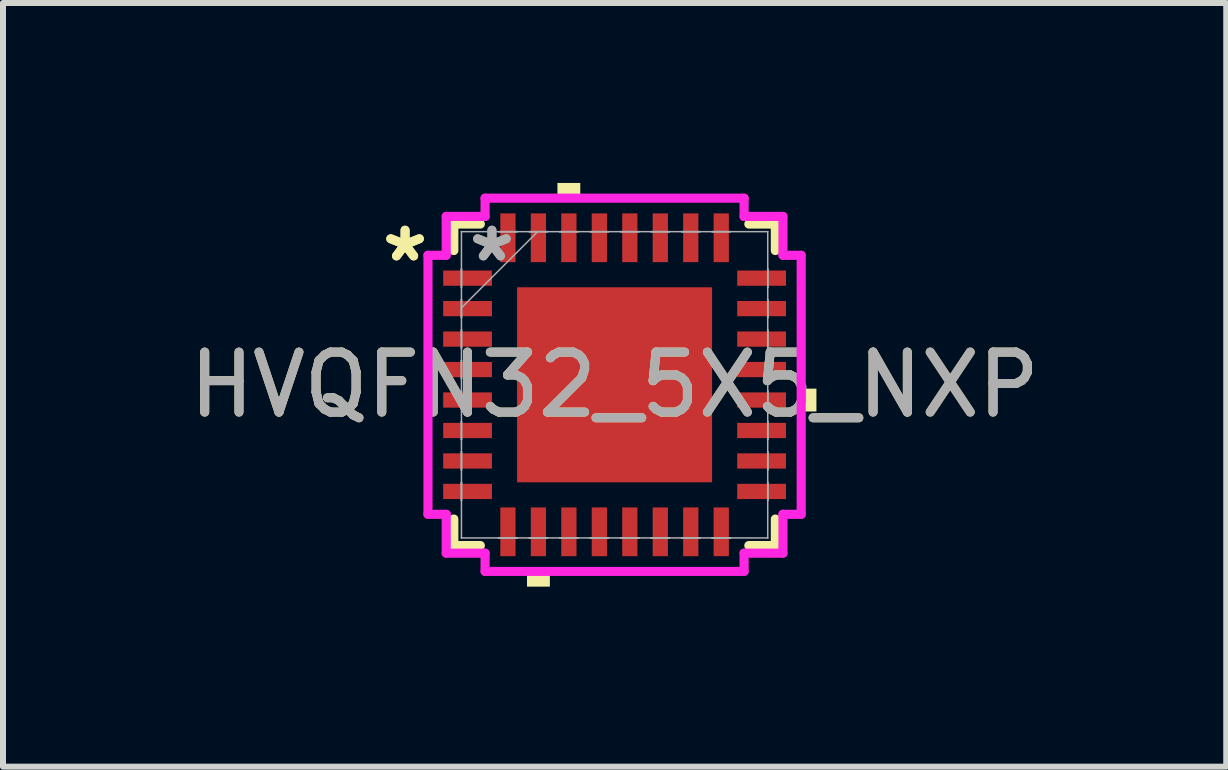
<source format=kicad_pcb>
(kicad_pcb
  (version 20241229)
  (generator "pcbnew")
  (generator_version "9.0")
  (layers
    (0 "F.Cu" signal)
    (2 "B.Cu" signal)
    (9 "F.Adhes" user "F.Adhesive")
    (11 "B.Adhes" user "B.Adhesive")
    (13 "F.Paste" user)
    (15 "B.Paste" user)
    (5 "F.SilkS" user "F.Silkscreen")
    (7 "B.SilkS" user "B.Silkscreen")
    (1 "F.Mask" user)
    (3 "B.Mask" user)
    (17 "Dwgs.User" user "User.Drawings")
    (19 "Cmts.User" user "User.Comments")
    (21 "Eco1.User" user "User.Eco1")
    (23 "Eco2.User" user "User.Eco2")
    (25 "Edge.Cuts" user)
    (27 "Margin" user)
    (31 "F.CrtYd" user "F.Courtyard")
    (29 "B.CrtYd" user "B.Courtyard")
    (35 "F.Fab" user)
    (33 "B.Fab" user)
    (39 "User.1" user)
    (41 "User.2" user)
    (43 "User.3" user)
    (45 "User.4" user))
  (footprint "HVQFN32_5X5_NXP"
    (layer "F.Cu")
    (at 7.196 3.365)
    (property "Reference" "HVQFN32_5X5_NXP" (at 0 0 0) (unlocked yes) (layer "F.SilkS") (effects (font (size 1 1) (thickness 0.15))))
    (attr smd)
    (fp_line (start -2.68 -2.68) (end -2.68 -2.238) (stroke (width 0.152) (type solid)) (layer "F.SilkS"))
    (fp_line (start -2.68 2.238) (end -2.68 2.68) (stroke (width 0.152) (type solid)) (layer "F.SilkS"))
    (fp_line (start -2.68 2.68) (end -2.238 2.68) (stroke (width 0.152) (type solid)) (layer "F.SilkS"))
    (fp_line (start -2.238 -2.68) (end -2.68 -2.68) (stroke (width 0.152) (type solid)) (layer "F.SilkS"))
    (fp_line (start 2.238 2.68) (end 2.68 2.68) (stroke (width 0.152) (type solid)) (layer "F.SilkS"))
    (fp_line (start 2.68 -2.68) (end 2.238 -2.68) (stroke (width 0.152) (type solid)) (layer "F.SilkS"))
    (fp_line (start 2.68 -2.238) (end 2.68 -2.68) (stroke (width 0.152) (type solid)) (layer "F.SilkS"))
    (fp_line (start 2.68 2.68) (end 2.68 2.238) (stroke (width 0.152) (type solid)) (layer "F.SilkS"))
    (fp_poly (pts (xy -1.46 3.111) (xy -1.46 3.365) (xy -1.079 3.365) (xy -1.079 3.111)) (stroke (width 0) (type solid)) (fill yes) (layer "F.SilkS"))
    (fp_poly (pts (xy -0.953 -3.111) (xy -0.953 -3.365) (xy -0.572 -3.365) (xy -0.572 -3.111)) (stroke (width 0) (type solid)) (fill yes) (layer "F.SilkS"))
    (fp_poly (pts (xy 3.365 0.064) (xy 3.365 0.445) (xy 3.111 0.445) (xy 3.111 0.064)) (stroke (width 0) (type solid)) (fill yes) (layer "F.SilkS"))
    (fp_poly (pts (xy -1.526 -1.526) (xy -1.526 -0.1) (xy -0.1 -0.1) (xy -0.1 -1.526)) (stroke (width 0) (type solid)) (fill yes) (layer "F.Paste"))
    (fp_poly (pts (xy -1.526 0.1) (xy -1.526 1.526) (xy -0.1 1.526) (xy -0.1 0.1)) (stroke (width 0) (type solid)) (fill yes) (layer "F.Paste"))
    (fp_poly (pts (xy 0.1 -1.526) (xy 0.1 -0.1) (xy 1.526 -0.1) (xy 1.526 -1.526)) (stroke (width 0) (type solid)) (fill yes) (layer "F.Paste"))
    (fp_poly (pts (xy 0.1 0.1) (xy 0.1 1.526) (xy 1.526 1.526) (xy 1.526 0.1)) (stroke (width 0) (type solid)) (fill yes) (layer "F.Paste"))
    (fp_line (start -3.111 -2.159) (end -2.807 -2.159) (stroke (width 0.152) (type solid)) (layer "F.CrtYd"))
    (fp_line (start -3.111 2.159) (end -3.111 -2.159) (stroke (width 0.152) (type solid)) (layer "F.CrtYd"))
    (fp_line (start -2.807 -2.807) (end -2.159 -2.807) (stroke (width 0.152) (type solid)) (layer "F.CrtYd"))
    (fp_line (start -2.807 -2.159) (end -2.807 -2.807) (stroke (width 0.152) (type solid)) (layer "F.CrtYd"))
    (fp_line (start -2.807 2.159) (end -3.111 2.159) (stroke (width 0.152) (type solid)) (layer "F.CrtYd"))
    (fp_line (start -2.807 2.807) (end -2.807 2.159) (stroke (width 0.152) (type solid)) (layer "F.CrtYd"))
    (fp_line (start -2.159 -3.111) (end 2.159 -3.111) (stroke (width 0.152) (type solid)) (layer "F.CrtYd"))
    (fp_line (start -2.159 -2.807) (end -2.159 -3.111) (stroke (width 0.152) (type solid)) (layer "F.CrtYd"))
    (fp_line (start -2.159 2.807) (end -2.807 2.807) (stroke (width 0.152) (type solid)) (layer "F.CrtYd"))
    (fp_line (start -2.159 3.111) (end -2.159 2.807) (stroke (width 0.152) (type solid)) (layer "F.CrtYd"))
    (fp_line (start 2.159 -3.111) (end 2.159 -2.807) (stroke (width 0.152) (type solid)) (layer "F.CrtYd"))
    (fp_line (start 2.159 -2.807) (end 2.807 -2.807) (stroke (width 0.152) (type solid)) (layer "F.CrtYd"))
    (fp_line (start 2.159 2.807) (end 2.159 3.111) (stroke (width 0.152) (type solid)) (layer "F.CrtYd"))
    (fp_line (start 2.159 3.111) (end -2.159 3.111) (stroke (width 0.152) (type solid)) (layer "F.CrtYd"))
    (fp_line (start 2.807 -2.807) (end 2.807 -2.159) (stroke (width 0.152) (type solid)) (layer "F.CrtYd"))
    (fp_line (start 2.807 -2.159) (end 3.111 -2.159) (stroke (width 0.152) (type solid)) (layer "F.CrtYd"))
    (fp_line (start 2.807 2.159) (end 2.807 2.807) (stroke (width 0.152) (type solid)) (layer "F.CrtYd"))
    (fp_line (start 2.807 2.807) (end 2.159 2.807) (stroke (width 0.152) (type solid)) (layer "F.CrtYd"))
    (fp_line (start 3.111 -2.159) (end 3.111 2.159) (stroke (width 0.152) (type solid)) (layer "F.CrtYd"))
    (fp_line (start 3.111 2.159) (end 2.807 2.159) (stroke (width 0.152) (type solid)) (layer "F.CrtYd"))
    (fp_line (start -2.553 -2.553) (end -2.553 -2.553) (stroke (width 0.025) (type solid)) (layer "F.Fab"))
    (fp_line (start -2.553 -2.553) (end -2.553 2.553) (stroke (width 0.025) (type solid)) (layer "F.Fab"))
    (fp_line (start -2.553 -1.93) (end -2.553 -1.93) (stroke (width 0.025) (type solid)) (layer "F.Fab"))
    (fp_line (start -2.553 -1.93) (end -2.553 -1.626) (stroke (width 0.025) (type solid)) (layer "F.Fab"))
    (fp_line (start -2.553 -1.626) (end -2.553 -1.93) (stroke (width 0.025) (type solid)) (layer "F.Fab"))
    (fp_line (start -2.553 -1.626) (end -2.553 -1.626) (stroke (width 0.025) (type solid)) (layer "F.Fab"))
    (fp_line (start -2.553 -1.422) (end -2.553 -1.422) (stroke (width 0.025) (type solid)) (layer "F.Fab"))
    (fp_line (start -2.553 -1.422) (end -2.553 -1.118) (stroke (width 0.025) (type solid)) (layer "F.Fab"))
    (fp_line (start -2.553 -1.283) (end -1.283 -2.553) (stroke (width 0.025) (type solid)) (layer "F.Fab"))
    (fp_line (start -2.553 -1.118) (end -2.553 -1.422) (stroke (width 0.025) (type solid)) (layer "F.Fab"))
    (fp_line (start -2.553 -1.118) (end -2.553 -1.118) (stroke (width 0.025) (type solid)) (layer "F.Fab"))
    (fp_line (start -2.553 -0.914) (end -2.553 -0.914) (stroke (width 0.025) (type solid)) (layer "F.Fab"))
    (fp_line (start -2.553 -0.914) (end -2.553 -0.61) (stroke (width 0.025) (type solid)) (layer "F.Fab"))
    (fp_line (start -2.553 -0.61) (end -2.553 -0.914) (stroke (width 0.025) (type solid)) (layer "F.Fab"))
    (fp_line (start -2.553 -0.61) (end -2.553 -0.61) (stroke (width 0.025) (type solid)) (layer "F.Fab"))
    (fp_line (start -2.553 -0.406) (end -2.553 -0.406) (stroke (width 0.025) (type solid)) (layer "F.Fab"))
    (fp_line (start -2.553 -0.406) (end -2.553 -0.102) (stroke (width 0.025) (type solid)) (layer "F.Fab"))
    (fp_line (start -2.553 -0.102) (end -2.553 -0.406) (stroke (width 0.025) (type solid)) (layer "F.Fab"))
    (fp_line (start -2.553 -0.102) (end -2.553 -0.102) (stroke (width 0.025) (type solid)) (layer "F.Fab"))
    (fp_line (start -2.553 0.102) (end -2.553 0.102) (stroke (width 0.025) (type solid)) (layer "F.Fab"))
    (fp_line (start -2.553 0.102) (end -2.553 0.406) (stroke (width 0.025) (type solid)) (layer "F.Fab"))
    (fp_line (start -2.553 0.406) (end -2.553 0.102) (stroke (width 0.025) (type solid)) (layer "F.Fab"))
    (fp_line (start -2.553 0.406) (end -2.553 0.406) (stroke (width 0.025) (type solid)) (layer "F.Fab"))
    (fp_line (start -2.553 0.61) (end -2.553 0.61) (stroke (width 0.025) (type solid)) (layer "F.Fab"))
    (fp_line (start -2.553 0.61) (end -2.553 0.914) (stroke (width 0.025) (type solid)) (layer "F.Fab"))
    (fp_line (start -2.553 0.914) (end -2.553 0.61) (stroke (width 0.025) (type solid)) (layer "F.Fab"))
    (fp_line (start -2.553 0.914) (end -2.553 0.914) (stroke (width 0.025) (type solid)) (layer "F.Fab"))
    (fp_line (start -2.553 1.118) (end -2.553 1.118) (stroke (width 0.025) (type solid)) (layer "F.Fab"))
    (fp_line (start -2.553 1.118) (end -2.553 1.422) (stroke (width 0.025) (type solid)) (layer "F.Fab"))
    (fp_line (start -2.553 1.422) (end -2.553 1.118) (stroke (width 0.025) (type solid)) (layer "F.Fab"))
    (fp_line (start -2.553 1.422) (end -2.553 1.422) (stroke (width 0.025) (type solid)) (layer "F.Fab"))
    (fp_line (start -2.553 1.626) (end -2.553 1.626) (stroke (width 0.025) (type solid)) (layer "F.Fab"))
    (fp_line (start -2.553 1.626) (end -2.553 1.93) (stroke (width 0.025) (type solid)) (layer "F.Fab"))
    (fp_line (start -2.553 1.93) (end -2.553 1.626) (stroke (width 0.025) (type solid)) (layer "F.Fab"))
    (fp_line (start -2.553 1.93) (end -2.553 1.93) (stroke (width 0.025) (type solid)) (layer "F.Fab"))
    (fp_line (start -2.553 2.553) (end -2.553 2.553) (stroke (width 0.025) (type solid)) (layer "F.Fab"))
    (fp_line (start -2.553 2.553) (end 2.553 2.553) (stroke (width 0.025) (type solid)) (layer "F.Fab"))
    (fp_line (start -1.93 -2.553) (end -1.93 -2.553) (stroke (width 0.025) (type solid)) (layer "F.Fab"))
    (fp_line (start -1.93 -2.553) (end -1.626 -2.553) (stroke (width 0.025) (type solid)) (layer "F.Fab"))
    (fp_line (start -1.93 2.553) (end -1.93 2.553) (stroke (width 0.025) (type solid)) (layer "F.Fab"))
    (fp_line (start -1.93 2.553) (end -1.626 2.553) (stroke (width 0.025) (type solid)) (layer "F.Fab"))
    (fp_line (start -1.626 -2.553) (end -1.93 -2.553) (stroke (width 0.025) (type solid)) (layer "F.Fab"))
    (fp_line (start -1.626 -2.553) (end -1.626 -2.553) (stroke (width 0.025) (type solid)) (layer "F.Fab"))
    (fp_line (start -1.626 2.553) (end -1.93 2.553) (stroke (width 0.025) (type solid)) (layer "F.Fab"))
    (fp_line (start -1.626 2.553) (end -1.626 2.553) (stroke (width 0.025) (type solid)) (layer "F.Fab"))
    (fp_line (start -1.422 -2.553) (end -1.422 -2.553) (stroke (width 0.025) (type solid)) (layer "F.Fab"))
    (fp_line (start -1.422 -2.553) (end -1.118 -2.553) (stroke (width 0.025) (type solid)) (layer "F.Fab"))
    (fp_line (start -1.422 2.553) (end -1.422 2.553) (stroke (width 0.025) (type solid)) (layer "F.Fab"))
    (fp_line (start -1.422 2.553) (end -1.118 2.553) (stroke (width 0.025) (type solid)) (layer "F.Fab"))
    (fp_line (start -1.118 -2.553) (end -1.422 -2.553) (stroke (width 0.025) (type solid)) (layer "F.Fab"))
    (fp_line (start -1.118 -2.553) (end -1.118 -2.553) (stroke (width 0.025) (type solid)) (layer "F.Fab"))
    (fp_line (start -1.118 2.553) (end -1.422 2.553) (stroke (width 0.025) (type solid)) (layer "F.Fab"))
    (fp_line (start -1.118 2.553) (end -1.118 2.553) (stroke (width 0.025) (type solid)) (layer "F.Fab"))
    (fp_line (start -0.914 -2.553) (end -0.914 -2.553) (stroke (width 0.025) (type solid)) (layer "F.Fab"))
    (fp_line (start -0.914 -2.553) (end -0.61 -2.553) (stroke (width 0.025) (type solid)) (layer "F.Fab"))
    (fp_line (start -0.914 2.553) (end -0.914 2.553) (stroke (width 0.025) (type solid)) (layer "F.Fab"))
    (fp_line (start -0.914 2.553) (end -0.61 2.553) (stroke (width 0.025) (type solid)) (layer "F.Fab"))
    (fp_line (start -0.61 -2.553) (end -0.914 -2.553) (stroke (width 0.025) (type solid)) (layer "F.Fab"))
    (fp_line (start -0.61 -2.553) (end -0.61 -2.553) (stroke (width 0.025) (type solid)) (layer "F.Fab"))
    (fp_line (start -0.61 2.553) (end -0.914 2.553) (stroke (width 0.025) (type solid)) (layer "F.Fab"))
    (fp_line (start -0.61 2.553) (end -0.61 2.553) (stroke (width 0.025) (type solid)) (layer "F.Fab"))
    (fp_line (start -0.406 -2.553) (end -0.406 -2.553) (stroke (width 0.025) (type solid)) (layer "F.Fab"))
    (fp_line (start -0.406 -2.553) (end -0.102 -2.553) (stroke (width 0.025) (type solid)) (layer "F.Fab"))
    (fp_line (start -0.406 2.553) (end -0.406 2.553) (stroke (width 0.025) (type solid)) (layer "F.Fab"))
    (fp_line (start -0.406 2.553) (end -0.102 2.553) (stroke (width 0.025) (type solid)) (layer "F.Fab"))
    (fp_line (start -0.102 -2.553) (end -0.406 -2.553) (stroke (width 0.025) (type solid)) (layer "F.Fab"))
    (fp_line (start -0.102 -2.553) (end -0.102 -2.553) (stroke (width 0.025) (type solid)) (layer "F.Fab"))
    (fp_line (start -0.102 2.553) (end -0.406 2.553) (stroke (width 0.025) (type solid)) (layer "F.Fab"))
    (fp_line (start -0.102 2.553) (end -0.102 2.553) (stroke (width 0.025) (type solid)) (layer "F.Fab"))
    (fp_line (start 0.102 -2.553) (end 0.102 -2.553) (stroke (width 0.025) (type solid)) (layer "F.Fab"))
    (fp_line (start 0.102 -2.553) (end 0.406 -2.553) (stroke (width 0.025) (type solid)) (layer "F.Fab"))
    (fp_line (start 0.102 2.553) (end 0.102 2.553) (stroke (width 0.025) (type solid)) (layer "F.Fab"))
    (fp_line (start 0.102 2.553) (end 0.406 2.553) (stroke (width 0.025) (type solid)) (layer "F.Fab"))
    (fp_line (start 0.406 -2.553) (end 0.102 -2.553) (stroke (width 0.025) (type solid)) (layer "F.Fab"))
    (fp_line (start 0.406 -2.553) (end 0.406 -2.553) (stroke (width 0.025) (type solid)) (layer "F.Fab"))
    (fp_line (start 0.406 2.553) (end 0.102 2.553) (stroke (width 0.025) (type solid)) (layer "F.Fab"))
    (fp_line (start 0.406 2.553) (end 0.406 2.553) (stroke (width 0.025) (type solid)) (layer "F.Fab"))
    (fp_line (start 0.61 -2.553) (end 0.61 -2.553) (stroke (width 0.025) (type solid)) (layer "F.Fab"))
    (fp_line (start 0.61 -2.553) (end 0.914 -2.553) (stroke (width 0.025) (type solid)) (layer "F.Fab"))
    (fp_line (start 0.61 2.553) (end 0.61 2.553) (stroke (width 0.025) (type solid)) (layer "F.Fab"))
    (fp_line (start 0.61 2.553) (end 0.914 2.553) (stroke (width 0.025) (type solid)) (layer "F.Fab"))
    (fp_line (start 0.914 -2.553) (end 0.61 -2.553) (stroke (width 0.025) (type solid)) (layer "F.Fab"))
    (fp_line (start 0.914 -2.553) (end 0.914 -2.553) (stroke (width 0.025) (type solid)) (layer "F.Fab"))
    (fp_line (start 0.914 2.553) (end 0.61 2.553) (stroke (width 0.025) (type solid)) (layer "F.Fab"))
    (fp_line (start 0.914 2.553) (end 0.914 2.553) (stroke (width 0.025) (type solid)) (layer "F.Fab"))
    (fp_line (start 1.118 -2.553) (end 1.118 -2.553) (stroke (width 0.025) (type solid)) (layer "F.Fab"))
    (fp_line (start 1.118 -2.553) (end 1.422 -2.553) (stroke (width 0.025) (type solid)) (layer "F.Fab"))
    (fp_line (start 1.118 2.553) (end 1.118 2.553) (stroke (width 0.025) (type solid)) (layer "F.Fab"))
    (fp_line (start 1.118 2.553) (end 1.422 2.553) (stroke (width 0.025) (type solid)) (layer "F.Fab"))
    (fp_line (start 1.422 -2.553) (end 1.118 -2.553) (stroke (width 0.025) (type solid)) (layer "F.Fab"))
    (fp_line (start 1.422 -2.553) (end 1.422 -2.553) (stroke (width 0.025) (type solid)) (layer "F.Fab"))
    (fp_line (start 1.422 2.553) (end 1.118 2.553) (stroke (width 0.025) (type solid)) (layer "F.Fab"))
    (fp_line (start 1.422 2.553) (end 1.422 2.553) (stroke (width 0.025) (type solid)) (layer "F.Fab"))
    (fp_line (start 1.626 -2.553) (end 1.626 -2.553) (stroke (width 0.025) (type solid)) (layer "F.Fab"))
    (fp_line (start 1.626 -2.553) (end 1.93 -2.553) (stroke (width 0.025) (type solid)) (layer "F.Fab"))
    (fp_line (start 1.626 2.553) (end 1.626 2.553) (stroke (width 0.025) (type solid)) (layer "F.Fab"))
    (fp_line (start 1.626 2.553) (end 1.93 2.553) (stroke (width 0.025) (type solid)) (layer "F.Fab"))
    (fp_line (start 1.93 -2.553) (end 1.626 -2.553) (stroke (width 0.025) (type solid)) (layer "F.Fab"))
    (fp_line (start 1.93 -2.553) (end 1.93 -2.553) (stroke (width 0.025) (type solid)) (layer "F.Fab"))
    (fp_line (start 1.93 2.553) (end 1.626 2.553) (stroke (width 0.025) (type solid)) (layer "F.Fab"))
    (fp_line (start 1.93 2.553) (end 1.93 2.553) (stroke (width 0.025) (type solid)) (layer "F.Fab"))
    (fp_line (start 2.553 -2.553) (end -2.553 -2.553) (stroke (width 0.025) (type solid)) (layer "F.Fab"))
    (fp_line (start 2.553 -2.553) (end 2.553 -2.553) (stroke (width 0.025) (type solid)) (layer "F.Fab"))
    (fp_line (start 2.553 -1.93) (end 2.553 -1.93) (stroke (width 0.025) (type solid)) (layer "F.Fab"))
    (fp_line (start 2.553 -1.93) (end 2.553 -1.626) (stroke (width 0.025) (type solid)) (layer "F.Fab"))
    (fp_line (start 2.553 -1.626) (end 2.553 -1.93) (stroke (width 0.025) (type solid)) (layer "F.Fab"))
    (fp_line (start 2.553 -1.626) (end 2.553 -1.626) (stroke (width 0.025) (type solid)) (layer "F.Fab"))
    (fp_line (start 2.553 -1.422) (end 2.553 -1.422) (stroke (width 0.025) (type solid)) (layer "F.Fab"))
    (fp_line (start 2.553 -1.422) (end 2.553 -1.118) (stroke (width 0.025) (type solid)) (layer "F.Fab"))
    (fp_line (start 2.553 -1.118) (end 2.553 -1.422) (stroke (width 0.025) (type solid)) (layer "F.Fab"))
    (fp_line (start 2.553 -1.118) (end 2.553 -1.118) (stroke (width 0.025) (type solid)) (layer "F.Fab"))
    (fp_line (start 2.553 -0.914) (end 2.553 -0.914) (stroke (width 0.025) (type solid)) (layer "F.Fab"))
    (fp_line (start 2.553 -0.914) (end 2.553 -0.61) (stroke (width 0.025) (type solid)) (layer "F.Fab"))
    (fp_line (start 2.553 -0.61) (end 2.553 -0.914) (stroke (width 0.025) (type solid)) (layer "F.Fab"))
    (fp_line (start 2.553 -0.61) (end 2.553 -0.61) (stroke (width 0.025) (type solid)) (layer "F.Fab"))
    (fp_line (start 2.553 -0.406) (end 2.553 -0.406) (stroke (width 0.025) (type solid)) (layer "F.Fab"))
    (fp_line (start 2.553 -0.406) (end 2.553 -0.102) (stroke (width 0.025) (type solid)) (layer "F.Fab"))
    (fp_line (start 2.553 -0.102) (end 2.553 -0.406) (stroke (width 0.025) (type solid)) (layer "F.Fab"))
    (fp_line (start 2.553 -0.102) (end 2.553 -0.102) (stroke (width 0.025) (type solid)) (layer "F.Fab"))
    (fp_line (start 2.553 0.102) (end 2.553 0.102) (stroke (width 0.025) (type solid)) (layer "F.Fab"))
    (fp_line (start 2.553 0.102) (end 2.553 0.406) (stroke (width 0.025) (type solid)) (layer "F.Fab"))
    (fp_line (start 2.553 0.406) (end 2.553 0.102) (stroke (width 0.025) (type solid)) (layer "F.Fab"))
    (fp_line (start 2.553 0.406) (end 2.553 0.406) (stroke (width 0.025) (type solid)) (layer "F.Fab"))
    (fp_line (start 2.553 0.61) (end 2.553 0.61) (stroke (width 0.025) (type solid)) (layer "F.Fab"))
    (fp_line (start 2.553 0.61) (end 2.553 0.914) (stroke (width 0.025) (type solid)) (layer "F.Fab"))
    (fp_line (start 2.553 0.914) (end 2.553 0.61) (stroke (width 0.025) (type solid)) (layer "F.Fab"))
    (fp_line (start 2.553 0.914) (end 2.553 0.914) (stroke (width 0.025) (type solid)) (layer "F.Fab"))
    (fp_line (start 2.553 1.118) (end 2.553 1.118) (stroke (width 0.025) (type solid)) (layer "F.Fab"))
    (fp_line (start 2.553 1.118) (end 2.553 1.422) (stroke (width 0.025) (type solid)) (layer "F.Fab"))
    (fp_line (start 2.553 1.422) (end 2.553 1.118) (stroke (width 0.025) (type solid)) (layer "F.Fab"))
    (fp_line (start 2.553 1.422) (end 2.553 1.422) (stroke (width 0.025) (type solid)) (layer "F.Fab"))
    (fp_line (start 2.553 1.626) (end 2.553 1.626) (stroke (width 0.025) (type solid)) (layer "F.Fab"))
    (fp_line (start 2.553 1.626) (end 2.553 1.93) (stroke (width 0.025) (type solid)) (layer "F.Fab"))
    (fp_line (start 2.553 1.93) (end 2.553 1.626) (stroke (width 0.025) (type solid)) (layer "F.Fab"))
    (fp_line (start 2.553 1.93) (end 2.553 1.93) (stroke (width 0.025) (type solid)) (layer "F.Fab"))
    (fp_line (start 2.553 2.553) (end 2.553 -2.553) (stroke (width 0.025) (type solid)) (layer "F.Fab"))
    (fp_line (start 2.553 2.553) (end 2.553 2.553) (stroke (width 0.025) (type solid)) (layer "F.Fab"))
    (fp_text user "*" (at -3.493 -2.032 0) (unlocked yes) (layer "F.SilkS") (effects (font (size 1 1) (thickness 0.15))))
    (fp_text user "*" (at -3.493 -2.032 0) (layer "F.SilkS") (effects (font (size 1 1) (thickness 0.15))))
    (fp_text user "*" (at -2.045 -2.032 0) (unlocked yes) (layer "F.Fab") (effects (font (size 1 1) (thickness 0.15))))
    (fp_text user "*" (at -2.045 -2.032 0) (layer "F.Fab") (effects (font (size 1 1) (thickness 0.15))))
    (fp_text user "${REFERENCE}" (at 0 0 0) (unlocked yes) (layer "F.Fab") (effects (font (size 1 1) (thickness 0.15))))
    (pad "1" smd rect (at -2.451 -1.778 90) (size 0.254 0.813) (layers "F.Cu" "F.Mask" "F.Paste"))
    (pad "2" smd rect (at -2.451 -1.27 90) (size 0.254 0.813) (layers "F.Cu" "F.Mask" "F.Paste"))
    (pad "3" smd rect (at -2.451 -0.762 90) (size 0.254 0.813) (layers "F.Cu" "F.Mask" "F.Paste"))
    (pad "4" smd rect (at -2.451 -0.254 90) (size 0.254 0.813) (layers "F.Cu" "F.Mask" "F.Paste"))
    (pad "5" smd rect (at -2.451 0.254 90) (size 0.254 0.813) (layers "F.Cu" "F.Mask" "F.Paste"))
    (pad "6" smd rect (at -2.451 0.762 90) (size 0.254 0.813) (layers "F.Cu" "F.Mask" "F.Paste"))
    (pad "7" smd rect (at -2.451 1.27 90) (size 0.254 0.813) (layers "F.Cu" "F.Mask" "F.Paste"))
    (pad "8" smd rect (at -2.451 1.778 90) (size 0.254 0.813) (layers "F.Cu" "F.Mask" "F.Paste"))
    (pad "9" smd rect (at -1.778 2.451) (size 0.254 0.813) (layers "F.Cu" "F.Mask" "F.Paste"))
    (pad "10" smd rect (at -1.27 2.451) (size 0.254 0.813) (layers "F.Cu" "F.Mask" "F.Paste"))
    (pad "11" smd rect (at -0.762 2.451) (size 0.254 0.813) (layers "F.Cu" "F.Mask" "F.Paste"))
    (pad "12" smd rect (at -0.254 2.451) (size 0.254 0.813) (layers "F.Cu" "F.Mask" "F.Paste"))
    (pad "13" smd rect (at 0.254 2.451) (size 0.254 0.813) (layers "F.Cu" "F.Mask" "F.Paste"))
    (pad "14" smd rect (at 0.762 2.451) (size 0.254 0.813) (layers "F.Cu" "F.Mask" "F.Paste"))
    (pad "15" smd rect (at 1.27 2.451) (size 0.254 0.813) (layers "F.Cu" "F.Mask" "F.Paste"))
    (pad "16" smd rect (at 1.778 2.451) (size 0.254 0.813) (layers "F.Cu" "F.Mask" "F.Paste"))
    (pad "17" smd rect (at 2.451 1.778 90) (size 0.254 0.813) (layers "F.Cu" "F.Mask" "F.Paste"))
    (pad "18" smd rect (at 2.451 1.27 90) (size 0.254 0.813) (layers "F.Cu" "F.Mask" "F.Paste"))
    (pad "19" smd rect (at 2.451 0.762 90) (size 0.254 0.813) (layers "F.Cu" "F.Mask" "F.Paste"))
    (pad "20" smd rect (at 2.451 0.254 90) (size 0.254 0.813) (layers "F.Cu" "F.Mask" "F.Paste"))
    (pad "21" smd rect (at 2.451 -0.254 90) (size 0.254 0.813) (layers "F.Cu" "F.Mask" "F.Paste"))
    (pad "22" smd rect (at 2.451 -0.762 90) (size 0.254 0.813) (layers "F.Cu" "F.Mask" "F.Paste"))
    (pad "23" smd rect (at 2.451 -1.27 90) (size 0.254 0.813) (layers "F.Cu" "F.Mask" "F.Paste"))
    (pad "24" smd rect (at 2.451 -1.778 90) (size 0.254 0.813) (layers "F.Cu" "F.Mask" "F.Paste"))
    (pad "25" smd rect (at 1.778 -2.451) (size 0.254 0.813) (layers "F.Cu" "F.Mask" "F.Paste"))
    (pad "26" smd rect (at 1.27 -2.451) (size 0.254 0.813) (layers "F.Cu" "F.Mask" "F.Paste"))
    (pad "27" smd rect (at 0.762 -2.451) (size 0.254 0.813) (layers "F.Cu" "F.Mask" "F.Paste"))
    (pad "28" smd rect (at 0.254 -2.451) (size 0.254 0.813) (layers "F.Cu" "F.Mask" "F.Paste"))
    (pad "29" smd rect (at -0.254 -2.451) (size 0.254 0.813) (layers "F.Cu" "F.Mask" "F.Paste"))
    (pad "30" smd rect (at -0.762 -2.451) (size 0.254 0.813) (layers "F.Cu" "F.Mask" "F.Paste"))
    (pad "31" smd rect (at -1.27 -2.451) (size 0.254 0.813) (layers "F.Cu" "F.Mask" "F.Paste"))
    (pad "32" smd rect (at -1.778 -2.451) (size 0.254 0.813) (layers "F.Cu" "F.Mask" "F.Paste"))
    (pad "33" smd rect (at 0 0) (size 3.251 3.251) (layers "F.Cu" "F.Mask" "F.Paste")))
  (gr_rect
    (start -3 -3)
    (end 17.393 9.731)
    (stroke (width 0.1) (type default))
    (fill no)
    (layer "Edge.Cuts")))
</source>
